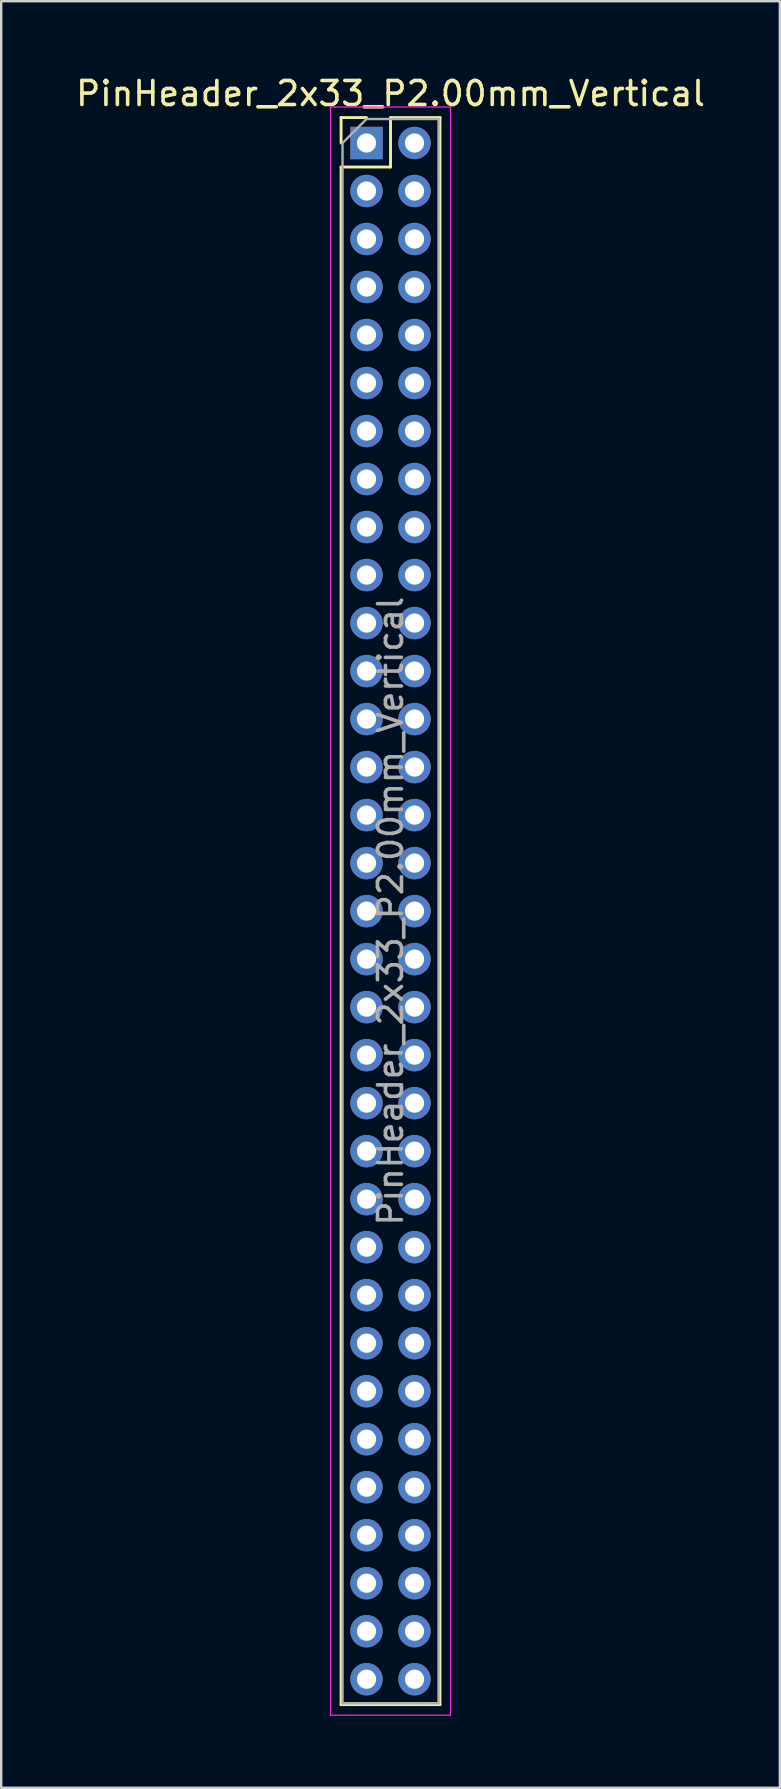
<source format=kicad_pcb>
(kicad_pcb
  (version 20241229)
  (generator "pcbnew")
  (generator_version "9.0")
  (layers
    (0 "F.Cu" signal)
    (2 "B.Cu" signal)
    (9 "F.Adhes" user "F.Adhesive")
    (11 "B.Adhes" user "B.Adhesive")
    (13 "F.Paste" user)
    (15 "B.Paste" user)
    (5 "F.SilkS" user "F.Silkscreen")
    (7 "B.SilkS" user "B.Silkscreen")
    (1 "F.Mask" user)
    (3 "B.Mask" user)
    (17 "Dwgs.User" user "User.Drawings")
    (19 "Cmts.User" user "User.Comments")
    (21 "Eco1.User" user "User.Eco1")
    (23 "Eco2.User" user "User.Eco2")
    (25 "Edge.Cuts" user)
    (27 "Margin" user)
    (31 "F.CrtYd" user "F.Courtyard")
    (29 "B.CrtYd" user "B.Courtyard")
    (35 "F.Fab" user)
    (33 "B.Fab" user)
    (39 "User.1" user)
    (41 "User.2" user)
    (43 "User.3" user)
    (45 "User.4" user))
  (footprint "PinHeader_2x33_P2.00mm_Vertical"
    (layer "F.Cu")
    (at 12.22 2.908)
    (property "Reference" "PinHeader_2x33_P2.00mm_Vertical" (at 1 -2.06 0) (layer "F.SilkS") (effects (font (size 1 1) (thickness 0.15))))
    (attr through_hole)
    (fp_line (start -1.06 -1.06) (end 0 -1.06) (stroke (width 0.12) (type solid)) (layer "F.SilkS"))
    (fp_line (start -1.06 0) (end -1.06 -1.06) (stroke (width 0.12) (type solid)) (layer "F.SilkS"))
    (fp_line (start -1.06 1) (end -1.06 65.06) (stroke (width 0.12) (type solid)) (layer "F.SilkS"))
    (fp_line (start -1.06 1) (end 1 1) (stroke (width 0.12) (type solid)) (layer "F.SilkS"))
    (fp_line (start -1.06 65.06) (end 3.06 65.06) (stroke (width 0.12) (type solid)) (layer "F.SilkS"))
    (fp_line (start 1 -1.06) (end 3.06 -1.06) (stroke (width 0.12) (type solid)) (layer "F.SilkS"))
    (fp_line (start 1 1) (end 1 -1.06) (stroke (width 0.12) (type solid)) (layer "F.SilkS"))
    (fp_line (start 3.06 -1.06) (end 3.06 65.06) (stroke (width 0.12) (type solid)) (layer "F.SilkS"))
    (fp_line (start -1.5 -1.5) (end -1.5 65.5) (stroke (width 0.05) (type solid)) (layer "F.CrtYd"))
    (fp_line (start -1.5 65.5) (end 3.5 65.5) (stroke (width 0.05) (type solid)) (layer "F.CrtYd"))
    (fp_line (start 3.5 -1.5) (end -1.5 -1.5) (stroke (width 0.05) (type solid)) (layer "F.CrtYd"))
    (fp_line (start 3.5 65.5) (end 3.5 -1.5) (stroke (width 0.05) (type solid)) (layer "F.CrtYd"))
    (fp_line (start -1 0) (end 0 -1) (stroke (width 0.1) (type solid)) (layer "F.Fab"))
    (fp_line (start -1 65) (end -1 0) (stroke (width 0.1) (type solid)) (layer "F.Fab"))
    (fp_line (start 0 -1) (end 3 -1) (stroke (width 0.1) (type solid)) (layer "F.Fab"))
    (fp_line (start 3 -1) (end 3 65) (stroke (width 0.1) (type solid)) (layer "F.Fab"))
    (fp_line (start 3 65) (end -1 65) (stroke (width 0.1) (type solid)) (layer "F.Fab"))
    (fp_text user "${REFERENCE}" (at 1 32 90) (layer "F.Fab") (effects (font (size 1 1) (thickness 0.15))))
    (pad "1" thru_hole rect (at 0 0) (size 1.35 1.35) (drill 0.8) (layers "*.Cu" "*.Mask"))
    (pad "2" thru_hole oval (at 2 0) (size 1.35 1.35) (drill 0.8) (layers "*.Cu" "*.Mask"))
    (pad "3" thru_hole oval (at 0 2) (size 1.35 1.35) (drill 0.8) (layers "*.Cu" "*.Mask"))
    (pad "4" thru_hole oval (at 2 2) (size 1.35 1.35) (drill 0.8) (layers "*.Cu" "*.Mask"))
    (pad "5" thru_hole oval (at 0 4) (size 1.35 1.35) (drill 0.8) (layers "*.Cu" "*.Mask"))
    (pad "6" thru_hole oval (at 2 4) (size 1.35 1.35) (drill 0.8) (layers "*.Cu" "*.Mask"))
    (pad "7" thru_hole oval (at 0 6) (size 1.35 1.35) (drill 0.8) (layers "*.Cu" "*.Mask"))
    (pad "8" thru_hole oval (at 2 6) (size 1.35 1.35) (drill 0.8) (layers "*.Cu" "*.Mask"))
    (pad "9" thru_hole oval (at 0 8) (size 1.35 1.35) (drill 0.8) (layers "*.Cu" "*.Mask"))
    (pad "10" thru_hole oval (at 2 8) (size 1.35 1.35) (drill 0.8) (layers "*.Cu" "*.Mask"))
    (pad "11" thru_hole oval (at 0 10) (size 1.35 1.35) (drill 0.8) (layers "*.Cu" "*.Mask"))
    (pad "12" thru_hole oval (at 2 10) (size 1.35 1.35) (drill 0.8) (layers "*.Cu" "*.Mask"))
    (pad "13" thru_hole oval (at 0 12) (size 1.35 1.35) (drill 0.8) (layers "*.Cu" "*.Mask"))
    (pad "14" thru_hole oval (at 2 12) (size 1.35 1.35) (drill 0.8) (layers "*.Cu" "*.Mask"))
    (pad "15" thru_hole oval (at 0 14) (size 1.35 1.35) (drill 0.8) (layers "*.Cu" "*.Mask"))
    (pad "16" thru_hole oval (at 2 14) (size 1.35 1.35) (drill 0.8) (layers "*.Cu" "*.Mask"))
    (pad "17" thru_hole oval (at 0 16) (size 1.35 1.35) (drill 0.8) (layers "*.Cu" "*.Mask"))
    (pad "18" thru_hole oval (at 2 16) (size 1.35 1.35) (drill 0.8) (layers "*.Cu" "*.Mask"))
    (pad "19" thru_hole oval (at 0 18) (size 1.35 1.35) (drill 0.8) (layers "*.Cu" "*.Mask"))
    (pad "20" thru_hole oval (at 2 18) (size 1.35 1.35) (drill 0.8) (layers "*.Cu" "*.Mask"))
    (pad "21" thru_hole oval (at 0 20) (size 1.35 1.35) (drill 0.8) (layers "*.Cu" "*.Mask"))
    (pad "22" thru_hole oval (at 2 20) (size 1.35 1.35) (drill 0.8) (layers "*.Cu" "*.Mask"))
    (pad "23" thru_hole oval (at 0 22) (size 1.35 1.35) (drill 0.8) (layers "*.Cu" "*.Mask"))
    (pad "24" thru_hole oval (at 2 22) (size 1.35 1.35) (drill 0.8) (layers "*.Cu" "*.Mask"))
    (pad "25" thru_hole oval (at 0 24) (size 1.35 1.35) (drill 0.8) (layers "*.Cu" "*.Mask"))
    (pad "26" thru_hole oval (at 2 24) (size 1.35 1.35) (drill 0.8) (layers "*.Cu" "*.Mask"))
    (pad "27" thru_hole oval (at 0 26) (size 1.35 1.35) (drill 0.8) (layers "*.Cu" "*.Mask"))
    (pad "28" thru_hole oval (at 2 26) (size 1.35 1.35) (drill 0.8) (layers "*.Cu" "*.Mask"))
    (pad "29" thru_hole oval (at 0 28) (size 1.35 1.35) (drill 0.8) (layers "*.Cu" "*.Mask"))
    (pad "30" thru_hole oval (at 2 28) (size 1.35 1.35) (drill 0.8) (layers "*.Cu" "*.Mask"))
    (pad "31" thru_hole oval (at 0 30) (size 1.35 1.35) (drill 0.8) (layers "*.Cu" "*.Mask"))
    (pad "32" thru_hole oval (at 2 30) (size 1.35 1.35) (drill 0.8) (layers "*.Cu" "*.Mask"))
    (pad "33" thru_hole oval (at 0 32) (size 1.35 1.35) (drill 0.8) (layers "*.Cu" "*.Mask"))
    (pad "34" thru_hole oval (at 2 32) (size 1.35 1.35) (drill 0.8) (layers "*.Cu" "*.Mask"))
    (pad "35" thru_hole oval (at 0 34) (size 1.35 1.35) (drill 0.8) (layers "*.Cu" "*.Mask"))
    (pad "36" thru_hole oval (at 2 34) (size 1.35 1.35) (drill 0.8) (layers "*.Cu" "*.Mask"))
    (pad "37" thru_hole oval (at 0 36) (size 1.35 1.35) (drill 0.8) (layers "*.Cu" "*.Mask"))
    (pad "38" thru_hole oval (at 2 36) (size 1.35 1.35) (drill 0.8) (layers "*.Cu" "*.Mask"))
    (pad "39" thru_hole oval (at 0 38) (size 1.35 1.35) (drill 0.8) (layers "*.Cu" "*.Mask"))
    (pad "40" thru_hole oval (at 2 38) (size 1.35 1.35) (drill 0.8) (layers "*.Cu" "*.Mask"))
    (pad "41" thru_hole oval (at 0 40) (size 1.35 1.35) (drill 0.8) (layers "*.Cu" "*.Mask"))
    (pad "42" thru_hole oval (at 2 40) (size 1.35 1.35) (drill 0.8) (layers "*.Cu" "*.Mask"))
    (pad "43" thru_hole oval (at 0 42) (size 1.35 1.35) (drill 0.8) (layers "*.Cu" "*.Mask"))
    (pad "44" thru_hole oval (at 2 42) (size 1.35 1.35) (drill 0.8) (layers "*.Cu" "*.Mask"))
    (pad "45" thru_hole oval (at 0 44) (size 1.35 1.35) (drill 0.8) (layers "*.Cu" "*.Mask"))
    (pad "46" thru_hole oval (at 2 44) (size 1.35 1.35) (drill 0.8) (layers "*.Cu" "*.Mask"))
    (pad "47" thru_hole oval (at 0 46) (size 1.35 1.35) (drill 0.8) (layers "*.Cu" "*.Mask"))
    (pad "48" thru_hole oval (at 2 46) (size 1.35 1.35) (drill 0.8) (layers "*.Cu" "*.Mask"))
    (pad "49" thru_hole oval (at 0 48) (size 1.35 1.35) (drill 0.8) (layers "*.Cu" "*.Mask"))
    (pad "50" thru_hole oval (at 2 48) (size 1.35 1.35) (drill 0.8) (layers "*.Cu" "*.Mask"))
    (pad "51" thru_hole oval (at 0 50) (size 1.35 1.35) (drill 0.8) (layers "*.Cu" "*.Mask"))
    (pad "52" thru_hole oval (at 2 50) (size 1.35 1.35) (drill 0.8) (layers "*.Cu" "*.Mask"))
    (pad "53" thru_hole oval (at 0 52) (size 1.35 1.35) (drill 0.8) (layers "*.Cu" "*.Mask"))
    (pad "54" thru_hole oval (at 2 52) (size 1.35 1.35) (drill 0.8) (layers "*.Cu" "*.Mask"))
    (pad "55" thru_hole oval (at 0 54) (size 1.35 1.35) (drill 0.8) (layers "*.Cu" "*.Mask"))
    (pad "56" thru_hole oval (at 2 54) (size 1.35 1.35) (drill 0.8) (layers "*.Cu" "*.Mask"))
    (pad "57" thru_hole oval (at 0 56) (size 1.35 1.35) (drill 0.8) (layers "*.Cu" "*.Mask"))
    (pad "58" thru_hole oval (at 2 56) (size 1.35 1.35) (drill 0.8) (layers "*.Cu" "*.Mask"))
    (pad "59" thru_hole oval (at 0 58) (size 1.35 1.35) (drill 0.8) (layers "*.Cu" "*.Mask"))
    (pad "60" thru_hole oval (at 2 58) (size 1.35 1.35) (drill 0.8) (layers "*.Cu" "*.Mask"))
    (pad "61" thru_hole oval (at 0 60) (size 1.35 1.35) (drill 0.8) (layers "*.Cu" "*.Mask"))
    (pad "62" thru_hole oval (at 2 60) (size 1.35 1.35) (drill 0.8) (layers "*.Cu" "*.Mask"))
    (pad "63" thru_hole oval (at 0 62) (size 1.35 1.35) (drill 0.8) (layers "*.Cu" "*.Mask"))
    (pad "64" thru_hole oval (at 2 62) (size 1.35 1.35) (drill 0.8) (layers "*.Cu" "*.Mask"))
    (pad "65" thru_hole oval (at 0 64) (size 1.35 1.35) (drill 0.8) (layers "*.Cu" "*.Mask"))
    (pad "66" thru_hole oval (at 2 64) (size 1.35 1.35) (drill 0.8) (layers "*.Cu" "*.Mask")))
  (gr_rect
    (start -3 -3)
    (end 29.44 71.433)
    (stroke (width 0.1) (type default))
    (fill no)
    (layer "Edge.Cuts")))
</source>
